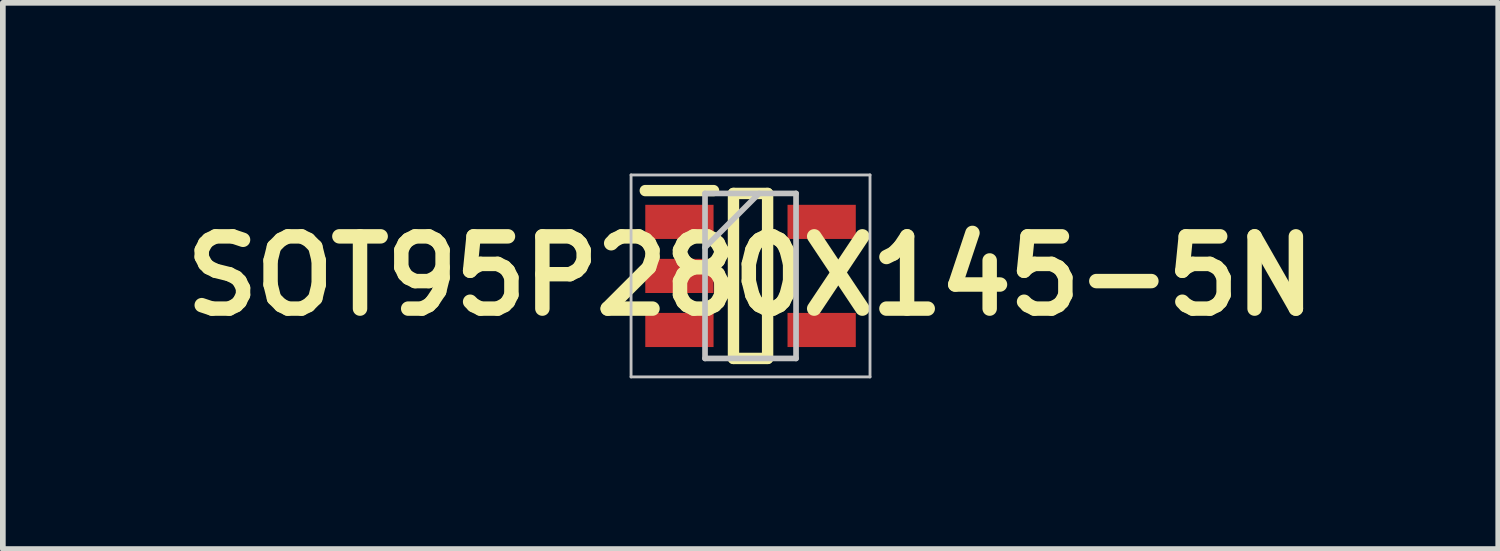
<source format=kicad_pcb>
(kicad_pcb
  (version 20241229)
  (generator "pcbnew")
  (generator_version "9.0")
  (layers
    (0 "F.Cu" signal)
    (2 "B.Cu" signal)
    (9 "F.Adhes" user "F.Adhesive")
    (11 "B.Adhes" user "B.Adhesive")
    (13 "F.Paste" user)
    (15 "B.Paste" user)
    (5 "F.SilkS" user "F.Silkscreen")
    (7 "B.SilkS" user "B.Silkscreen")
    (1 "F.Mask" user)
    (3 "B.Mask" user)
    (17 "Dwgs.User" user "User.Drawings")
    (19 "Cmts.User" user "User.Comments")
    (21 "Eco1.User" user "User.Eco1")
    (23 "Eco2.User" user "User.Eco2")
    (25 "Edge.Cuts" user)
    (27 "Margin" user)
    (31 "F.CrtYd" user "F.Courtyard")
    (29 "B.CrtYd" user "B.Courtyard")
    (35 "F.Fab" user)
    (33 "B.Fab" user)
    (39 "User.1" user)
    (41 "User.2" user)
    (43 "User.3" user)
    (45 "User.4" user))
  (footprint "SOT95P280X145-5N"
    (layer "F.Cu")
    (at 10.142 1.8)
    (property "Reference" "SOT95P280X145-5N" (at 0 0 0) (layer "F.SilkS") (effects (font (size 1.27 1.27) (thickness 0.254))))
    (attr smd)
    (fp_line (start -1.85 -1.5) (end -0.65 -1.5) (stroke (width 0.2) (type solid)) (layer "F.SilkS"))
    (fp_line (start -0.3 -1.45) (end 0.3 -1.45) (stroke (width 0.2) (type solid)) (layer "F.SilkS"))
    (fp_line (start -0.3 1.45) (end -0.3 -1.45) (stroke (width 0.2) (type solid)) (layer "F.SilkS"))
    (fp_line (start 0.3 -1.45) (end 0.3 1.45) (stroke (width 0.2) (type solid)) (layer "F.SilkS"))
    (fp_line (start 0.3 1.45) (end -0.3 1.45) (stroke (width 0.2) (type solid)) (layer "F.SilkS"))
    (fp_line (start -2.1 -1.775) (end 2.1 -1.775) (stroke (width 0.05) (type solid)) (layer "Dwgs.User"))
    (fp_line (start -2.1 1.775) (end -2.1 -1.775) (stroke (width 0.05) (type solid)) (layer "Dwgs.User"))
    (fp_line (start -0.8 -1.45) (end 0.8 -1.45) (stroke (width 0.1) (type solid)) (layer "Dwgs.User"))
    (fp_line (start -0.8 -0.5) (end 0.15 -1.45) (stroke (width 0.1) (type solid)) (layer "Dwgs.User"))
    (fp_line (start -0.8 1.45) (end -0.8 -1.45) (stroke (width 0.1) (type solid)) (layer "Dwgs.User"))
    (fp_line (start 0.8 -1.45) (end 0.8 1.45) (stroke (width 0.1) (type solid)) (layer "Dwgs.User"))
    (fp_line (start 0.8 1.45) (end -0.8 1.45) (stroke (width 0.1) (type solid)) (layer "Dwgs.User"))
    (fp_line (start 2.1 -1.775) (end 2.1 1.775) (stroke (width 0.05) (type solid)) (layer "Dwgs.User"))
    (fp_line (start 2.1 1.775) (end -2.1 1.775) (stroke (width 0.05) (type solid)) (layer "Dwgs.User"))
    (pad "1" smd rect (at -1.25 -0.95 90) (size 0.6 1.2) (layers "F.Cu" "F.Mask" "F.Paste"))
    (pad "2" smd rect (at -1.25 0 90) (size 0.6 1.2) (layers "F.Cu" "F.Mask" "F.Paste"))
    (pad "3" smd rect (at -1.25 0.95 90) (size 0.6 1.2) (layers "F.Cu" "F.Mask" "F.Paste"))
    (pad "4" smd rect (at 1.25 0.95 90) (size 0.6 1.2) (layers "F.Cu" "F.Mask" "F.Paste"))
    (pad "5" smd rect (at 1.25 -0.95 90) (size 0.6 1.2) (layers "F.Cu" "F.Mask" "F.Paste")))
  (gr_rect
    (start -3 -3)
    (end 23.284 6.6)
    (stroke (width 0.1) (type default))
    (fill no)
    (layer "Edge.Cuts")))
</source>
